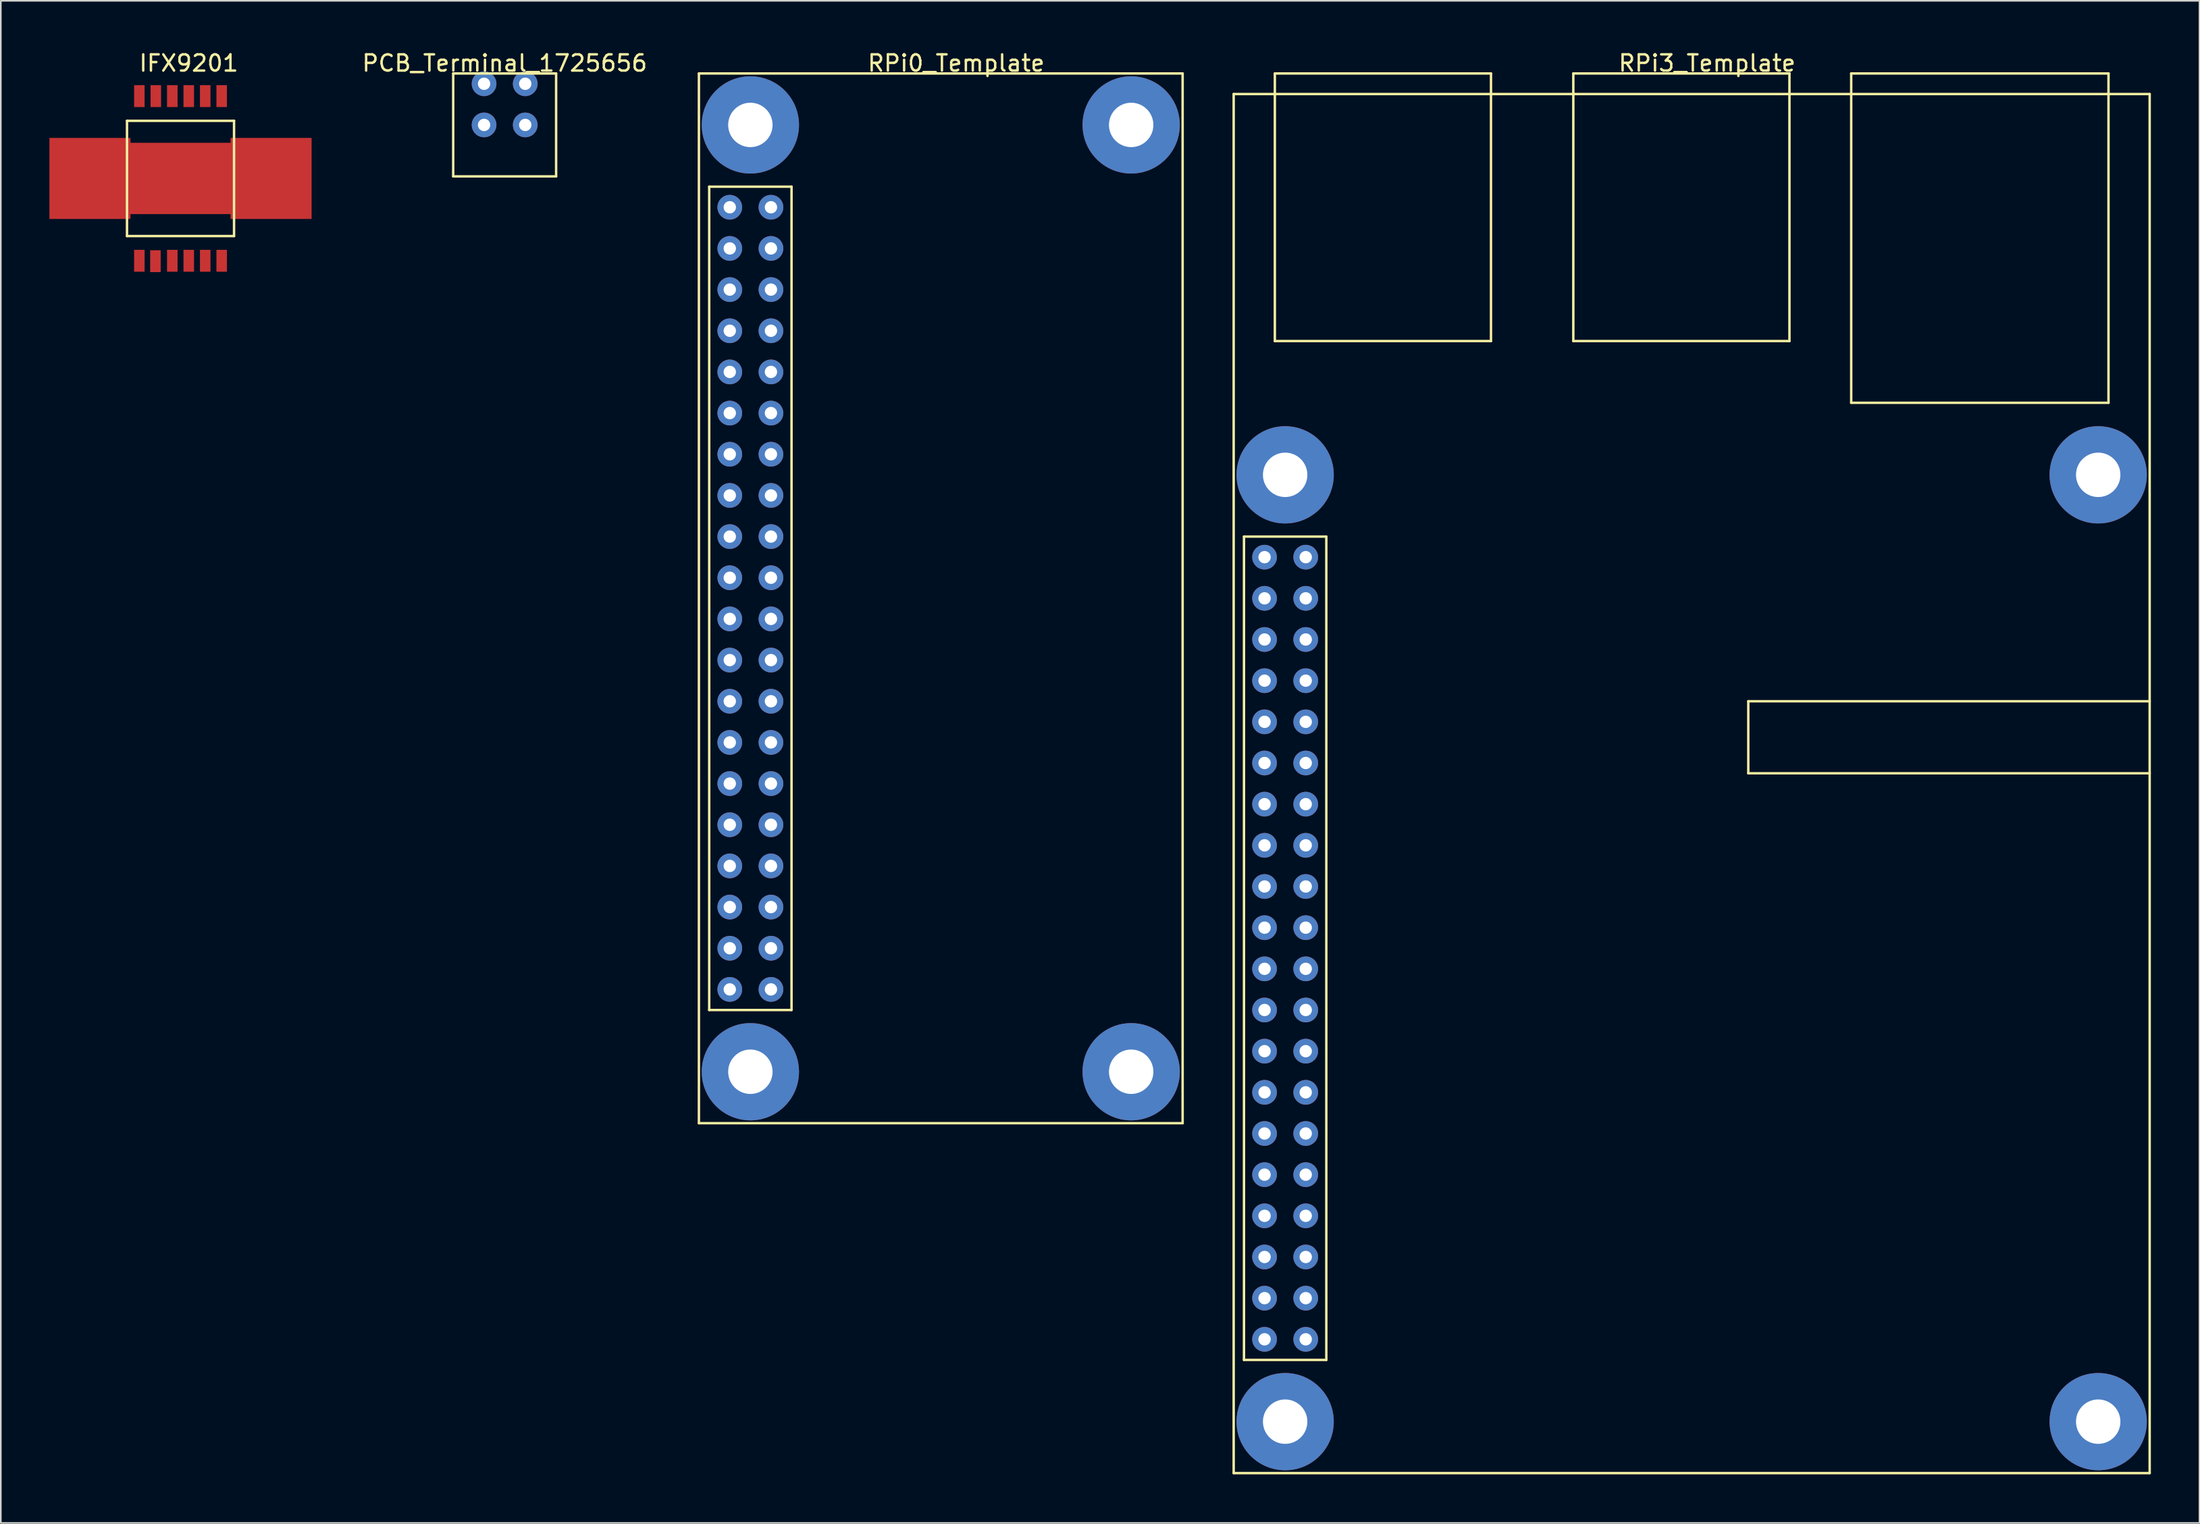
<source format=kicad_pcb>
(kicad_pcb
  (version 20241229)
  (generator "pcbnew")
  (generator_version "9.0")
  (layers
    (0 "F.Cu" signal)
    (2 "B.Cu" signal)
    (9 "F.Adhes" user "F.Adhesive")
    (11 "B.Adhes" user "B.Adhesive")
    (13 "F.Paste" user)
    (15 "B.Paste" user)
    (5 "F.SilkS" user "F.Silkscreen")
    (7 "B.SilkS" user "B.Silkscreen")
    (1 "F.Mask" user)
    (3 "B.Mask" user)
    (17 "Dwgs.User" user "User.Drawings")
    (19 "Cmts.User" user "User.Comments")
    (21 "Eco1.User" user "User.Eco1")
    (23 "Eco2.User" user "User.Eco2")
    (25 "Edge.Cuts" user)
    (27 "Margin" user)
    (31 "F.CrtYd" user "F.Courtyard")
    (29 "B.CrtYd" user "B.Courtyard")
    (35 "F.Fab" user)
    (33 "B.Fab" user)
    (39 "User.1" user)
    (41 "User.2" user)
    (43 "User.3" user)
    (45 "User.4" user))
  (footprint "PCB_Terminal_1725656"
    (layer "F.Cu")
    (at 28.087 4.658)
    (property "Reference" "PCB_Terminal_1725656" (at 0 -3.81 0) (layer "F.SilkS") (effects (font (size 1 1) (thickness 0.15))))
    (attr through_hole)
    (fp_line (start -3.175 -3.175) (end -3.175 3.175) (stroke (width 0.15) (type solid)) (layer "F.SilkS"))
    (fp_line (start -3.175 3.175) (end 3.175 3.175) (stroke (width 0.15) (type solid)) (layer "F.SilkS"))
    (fp_line (start 3.175 -3.175) (end -3.175 -3.175) (stroke (width 0.15) (type solid)) (layer "F.SilkS"))
    (fp_line (start 3.175 3.175) (end 3.175 -3.175) (stroke (width 0.15) (type solid)) (layer "F.SilkS"))
    (pad "" thru_hole circle (at -1.27 -2.54) (size 1.524 1.524) (drill 0.762) (layers "*.Cu" "*.Mask"))
    (pad "" thru_hole circle (at 1.27 -2.54) (size 1.524 1.524) (drill 0.762) (layers "*.Cu" "*.Mask"))
    (pad "1" thru_hole circle (at -1.27 0) (size 1.524 1.524) (drill 0.762) (layers "*.Cu" "*.Mask"))
    (pad "2" thru_hole circle (at 1.27 0) (size 1.524 1.524) (drill 0.762) (layers "*.Cu" "*.Mask")))
  (footprint "RPi3_Template"
    (layer "F.Cu")
    (at 88.307 70.063)
    (property "Reference" "RPi3_Template" (at 13.97 -69.215 0) (layer "F.SilkS") (effects (font (size 1 1) (thickness 0.15))))
    (attr through_hole)
    (fp_line (start -15.24 -67.31) (end 41.275 -67.31) (stroke (width 0.15) (type solid)) (layer "F.SilkS"))
    (fp_line (start -15.24 17.78) (end -15.24 -67.31) (stroke (width 0.15) (type solid)) (layer "F.SilkS"))
    (fp_line (start -14.605 -40.005) (end -9.525 -40.005) (stroke (width 0.15) (type solid)) (layer "F.SilkS"))
    (fp_line (start -14.605 10.795) (end -14.605 -40.005) (stroke (width 0.15) (type solid)) (layer "F.SilkS"))
    (fp_line (start -12.7 -68.58) (end 0.635 -68.58) (stroke (width 0.15) (type solid)) (layer "F.SilkS"))
    (fp_line (start -12.7 -52.07) (end -12.7 -68.58) (stroke (width 0.15) (type solid)) (layer "F.SilkS"))
    (fp_line (start -9.525 -40.005) (end -9.525 10.795) (stroke (width 0.15) (type solid)) (layer "F.SilkS"))
    (fp_line (start -9.525 10.795) (end -14.605 10.795) (stroke (width 0.15) (type solid)) (layer "F.SilkS"))
    (fp_line (start 0.635 -68.58) (end 0.635 -52.07) (stroke (width 0.15) (type solid)) (layer "F.SilkS"))
    (fp_line (start 0.635 -52.07) (end -12.7 -52.07) (stroke (width 0.15) (type solid)) (layer "F.SilkS"))
    (fp_line (start 5.715 -68.58) (end 19.05 -68.58) (stroke (width 0.15) (type solid)) (layer "F.SilkS"))
    (fp_line (start 5.715 -52.07) (end 5.715 -68.58) (stroke (width 0.15) (type solid)) (layer "F.SilkS"))
    (fp_line (start 16.51 -29.845) (end 41.275 -29.845) (stroke (width 0.15) (type solid)) (layer "F.SilkS"))
    (fp_line (start 16.51 -25.4) (end 16.51 -29.845) (stroke (width 0.15) (type solid)) (layer "F.SilkS"))
    (fp_line (start 19.05 -68.58) (end 19.05 -52.07) (stroke (width 0.15) (type solid)) (layer "F.SilkS"))
    (fp_line (start 19.05 -52.07) (end 5.715 -52.07) (stroke (width 0.15) (type solid)) (layer "F.SilkS"))
    (fp_line (start 22.86 -68.58) (end 38.735 -68.58) (stroke (width 0.15) (type solid)) (layer "F.SilkS"))
    (fp_line (start 22.86 -48.26) (end 22.86 -68.58) (stroke (width 0.15) (type solid)) (layer "F.SilkS"))
    (fp_line (start 38.735 -68.58) (end 38.735 -48.26) (stroke (width 0.15) (type solid)) (layer "F.SilkS"))
    (fp_line (start 38.735 -48.26) (end 22.86 -48.26) (stroke (width 0.15) (type solid)) (layer "F.SilkS"))
    (fp_line (start 41.275 -67.31) (end 41.275 17.78) (stroke (width 0.15) (type solid)) (layer "F.SilkS"))
    (fp_line (start 41.275 -25.4) (end 16.51 -25.4) (stroke (width 0.15) (type solid)) (layer "F.SilkS"))
    (fp_line (start 41.275 17.78) (end -15.24 17.78) (stroke (width 0.15) (type solid)) (layer "F.SilkS"))
    (pad "" thru_hole circle (at -12.065 -43.815) (size 6 6) (drill 2.74) (layers "*.Cu" "*.Mask"))
    (pad "" thru_hole circle (at -12.065 14.605) (size 6 6) (drill 2.74) (layers "*.Cu" "*.Mask"))
    (pad "" thru_hole circle (at 38.1 -43.815) (size 6 6) (drill 2.74) (layers "*.Cu" "*.Mask"))
    (pad "" thru_hole circle (at 38.1 14.605) (size 6 6) (drill 2.74) (layers "*.Cu" "*.Mask"))
    (pad "1" thru_hole circle (at -10.795 9.525) (size 1.524 1.524) (drill 0.762) (layers "*.Cu" "*.Mask"))
    (pad "2" thru_hole circle (at -13.335 9.525) (size 1.524 1.524) (drill 0.762) (layers "*.Cu" "*.Mask"))
    (pad "3" thru_hole circle (at -10.795 6.985) (size 1.524 1.524) (drill 0.762) (layers "*.Cu" "*.Mask"))
    (pad "4" thru_hole circle (at -13.335 6.985) (size 1.524 1.524) (drill 0.762) (layers "*.Cu" "*.Mask"))
    (pad "5" thru_hole circle (at -10.795 4.445) (size 1.524 1.524) (drill 0.762) (layers "*.Cu" "*.Mask"))
    (pad "6" thru_hole circle (at -13.335 4.445) (size 1.524 1.524) (drill 0.762) (layers "*.Cu" "*.Mask"))
    (pad "7" thru_hole circle (at -10.795 1.905) (size 1.524 1.524) (drill 0.762) (layers "*.Cu" "*.Mask"))
    (pad "8" thru_hole circle (at -13.335 1.905) (size 1.524 1.524) (drill 0.762) (layers "*.Cu" "*.Mask"))
    (pad "9" thru_hole circle (at -10.795 -0.635) (size 1.524 1.524) (drill 0.762) (layers "*.Cu" "*.Mask"))
    (pad "10" thru_hole circle (at -13.335 -0.635) (size 1.524 1.524) (drill 0.762) (layers "*.Cu" "*.Mask"))
    (pad "11" thru_hole circle (at -10.795 -3.175) (size 1.524 1.524) (drill 0.762) (layers "*.Cu" "*.Mask"))
    (pad "12" thru_hole circle (at -13.335 -3.175) (size 1.524 1.524) (drill 0.762) (layers "*.Cu" "*.Mask"))
    (pad "13" thru_hole circle (at -10.795 -5.715) (size 1.524 1.524) (drill 0.762) (layers "*.Cu" "*.Mask"))
    (pad "14" thru_hole circle (at -13.335 -5.715) (size 1.524 1.524) (drill 0.762) (layers "*.Cu" "*.Mask"))
    (pad "15" thru_hole circle (at -10.795 -8.255) (size 1.524 1.524) (drill 0.762) (layers "*.Cu" "*.Mask"))
    (pad "16" thru_hole circle (at -13.335 -8.255) (size 1.524 1.524) (drill 0.762) (layers "*.Cu" "*.Mask"))
    (pad "17" thru_hole circle (at -10.795 -10.795) (size 1.524 1.524) (drill 0.762) (layers "*.Cu" "*.Mask"))
    (pad "18" thru_hole circle (at -13.335 -10.795) (size 1.524 1.524) (drill 0.762) (layers "*.Cu" "*.Mask"))
    (pad "19" thru_hole circle (at -10.795 -13.335) (size 1.524 1.524) (drill 0.762) (layers "*.Cu" "*.Mask"))
    (pad "20" thru_hole circle (at -13.335 -13.335) (size 1.524 1.524) (drill 0.762) (layers "*.Cu" "*.Mask"))
    (pad "21" thru_hole circle (at -10.795 -15.875) (size 1.524 1.524) (drill 0.762) (layers "*.Cu" "*.Mask"))
    (pad "22" thru_hole circle (at -13.335 -15.875) (size 1.524 1.524) (drill 0.762) (layers "*.Cu" "*.Mask"))
    (pad "23" thru_hole circle (at -10.795 -18.415) (size 1.524 1.524) (drill 0.762) (layers "*.Cu" "*.Mask"))
    (pad "24" thru_hole circle (at -13.335 -18.415) (size 1.524 1.524) (drill 0.762) (layers "*.Cu" "*.Mask"))
    (pad "25" thru_hole circle (at -10.795 -20.955) (size 1.524 1.524) (drill 0.762) (layers "*.Cu" "*.Mask"))
    (pad "26" thru_hole circle (at -13.335 -20.955) (size 1.524 1.524) (drill 0.762) (layers "*.Cu" "*.Mask"))
    (pad "27" thru_hole circle (at -10.795 -23.495) (size 1.524 1.524) (drill 0.762) (layers "*.Cu" "*.Mask"))
    (pad "28" thru_hole circle (at -13.335 -23.495) (size 1.524 1.524) (drill 0.762) (layers "*.Cu" "*.Mask"))
    (pad "29" thru_hole circle (at -10.795 -26.035) (size 1.524 1.524) (drill 0.762) (layers "*.Cu" "*.Mask"))
    (pad "30" thru_hole circle (at -13.335 -26.035) (size 1.524 1.524) (drill 0.762) (layers "*.Cu" "*.Mask"))
    (pad "31" thru_hole circle (at -10.795 -28.575) (size 1.524 1.524) (drill 0.762) (layers "*.Cu" "*.Mask"))
    (pad "32" thru_hole circle (at -13.335 -28.575) (size 1.524 1.524) (drill 0.762) (layers "*.Cu" "*.Mask"))
    (pad "33" thru_hole circle (at -10.795 -31.115) (size 1.524 1.524) (drill 0.762) (layers "*.Cu" "*.Mask"))
    (pad "34" thru_hole circle (at -13.335 -31.115) (size 1.524 1.524) (drill 0.762) (layers "*.Cu" "*.Mask"))
    (pad "35" thru_hole circle (at -10.795 -33.655) (size 1.524 1.524) (drill 0.762) (layers "*.Cu" "*.Mask"))
    (pad "36" thru_hole circle (at -13.335 -33.655) (size 1.524 1.524) (drill 0.762) (layers "*.Cu" "*.Mask"))
    (pad "37" thru_hole circle (at -10.795 -36.195) (size 1.524 1.524) (drill 0.762) (layers "*.Cu" "*.Mask"))
    (pad "38" thru_hole circle (at -13.335 -36.195) (size 1.524 1.524) (drill 0.762) (layers "*.Cu" "*.Mask"))
    (pad "39" thru_hole circle (at -10.795 -38.735) (size 1.524 1.524) (drill 0.762) (layers "*.Cu" "*.Mask"))
    (pad "40" thru_hole circle (at -13.335 -38.735) (size 1.524 1.524) (drill 0.762) (layers "*.Cu" "*.Mask")))
  (footprint "RPi0_Template"
    (layer "F.Cu")
    (at 50.232 36.408)
    (property "Reference" "RPi0_Template" (at 5.715 -35.56 0) (layer "F.SilkS") (effects (font (size 1 1) (thickness 0.15))))
    (attr through_hole)
    (fp_line (start -10.16 -34.925) (end 19.685 -34.925) (stroke (width 0.15) (type solid)) (layer "F.SilkS"))
    (fp_line (start -10.16 29.845) (end -10.16 -34.925) (stroke (width 0.15) (type solid)) (layer "F.SilkS"))
    (fp_line (start -9.525 -27.94) (end -4.445 -27.94) (stroke (width 0.15) (type solid)) (layer "F.SilkS"))
    (fp_line (start -9.525 22.86) (end -9.525 -27.94) (stroke (width 0.15) (type solid)) (layer "F.SilkS"))
    (fp_line (start -4.445 -27.94) (end -4.445 22.86) (stroke (width 0.15) (type solid)) (layer "F.SilkS"))
    (fp_line (start -4.445 22.86) (end -9.525 22.86) (stroke (width 0.15) (type solid)) (layer "F.SilkS"))
    (fp_line (start 19.685 -34.925) (end 19.685 29.845) (stroke (width 0.15) (type solid)) (layer "F.SilkS"))
    (fp_line (start 19.685 29.845) (end -10.16 29.845) (stroke (width 0.15) (type solid)) (layer "F.SilkS"))
    (pad "" thru_hole circle (at -6.985 -31.75) (size 6 6) (drill 2.74) (layers "*.Cu" "*.Mask"))
    (pad "" thru_hole circle (at -6.985 26.67) (size 6 6) (drill 2.74) (layers "*.Cu" "*.Mask"))
    (pad "" thru_hole circle (at 16.51 -31.75) (size 6 6) (drill 2.74) (layers "*.Cu" "*.Mask"))
    (pad "" thru_hole circle (at 16.51 26.67) (size 6 6) (drill 2.74) (layers "*.Cu" "*.Mask"))
    (pad "1" thru_hole circle (at -5.715 21.59) (size 1.524 1.524) (drill 0.762) (layers "*.Cu" "*.Mask"))
    (pad "2" thru_hole circle (at -8.255 21.59) (size 1.524 1.524) (drill 0.762) (layers "*.Cu" "*.Mask"))
    (pad "3" thru_hole circle (at -5.715 19.05) (size 1.524 1.524) (drill 0.762) (layers "*.Cu" "*.Mask"))
    (pad "4" thru_hole circle (at -8.255 19.05) (size 1.524 1.524) (drill 0.762) (layers "*.Cu" "*.Mask"))
    (pad "5" thru_hole circle (at -5.715 16.51) (size 1.524 1.524) (drill 0.762) (layers "*.Cu" "*.Mask"))
    (pad "6" thru_hole circle (at -8.255 16.51) (size 1.524 1.524) (drill 0.762) (layers "*.Cu" "*.Mask"))
    (pad "7" thru_hole circle (at -5.715 13.97) (size 1.524 1.524) (drill 0.762) (layers "*.Cu" "*.Mask"))
    (pad "8" thru_hole circle (at -8.255 13.97) (size 1.524 1.524) (drill 0.762) (layers "*.Cu" "*.Mask"))
    (pad "9" thru_hole circle (at -5.715 11.43) (size 1.524 1.524) (drill 0.762) (layers "*.Cu" "*.Mask"))
    (pad "10" thru_hole circle (at -8.255 11.43) (size 1.524 1.524) (drill 0.762) (layers "*.Cu" "*.Mask"))
    (pad "11" thru_hole circle (at -5.715 8.89) (size 1.524 1.524) (drill 0.762) (layers "*.Cu" "*.Mask"))
    (pad "12" thru_hole circle (at -8.255 8.89) (size 1.524 1.524) (drill 0.762) (layers "*.Cu" "*.Mask"))
    (pad "13" thru_hole circle (at -5.715 6.35) (size 1.524 1.524) (drill 0.762) (layers "*.Cu" "*.Mask"))
    (pad "14" thru_hole circle (at -8.255 6.35) (size 1.524 1.524) (drill 0.762) (layers "*.Cu" "*.Mask"))
    (pad "15" thru_hole circle (at -5.715 3.81) (size 1.524 1.524) (drill 0.762) (layers "*.Cu" "*.Mask"))
    (pad "16" thru_hole circle (at -8.255 3.81) (size 1.524 1.524) (drill 0.762) (layers "*.Cu" "*.Mask"))
    (pad "17" thru_hole circle (at -5.715 1.27) (size 1.524 1.524) (drill 0.762) (layers "*.Cu" "*.Mask"))
    (pad "18" thru_hole circle (at -8.255 1.27) (size 1.524 1.524) (drill 0.762) (layers "*.Cu" "*.Mask"))
    (pad "19" thru_hole circle (at -5.715 -1.27) (size 1.524 1.524) (drill 0.762) (layers "*.Cu" "*.Mask"))
    (pad "20" thru_hole circle (at -8.255 -1.27) (size 1.524 1.524) (drill 0.762) (layers "*.Cu" "*.Mask"))
    (pad "21" thru_hole circle (at -5.715 -3.81) (size 1.524 1.524) (drill 0.762) (layers "*.Cu" "*.Mask"))
    (pad "22" thru_hole circle (at -8.255 -3.81) (size 1.524 1.524) (drill 0.762) (layers "*.Cu" "*.Mask"))
    (pad "23" thru_hole circle (at -5.715 -6.35) (size 1.524 1.524) (drill 0.762) (layers "*.Cu" "*.Mask"))
    (pad "24" thru_hole circle (at -8.255 -6.35) (size 1.524 1.524) (drill 0.762) (layers "*.Cu" "*.Mask"))
    (pad "25" thru_hole circle (at -5.715 -8.89) (size 1.524 1.524) (drill 0.762) (layers "*.Cu" "*.Mask"))
    (pad "26" thru_hole circle (at -8.255 -8.89) (size 1.524 1.524) (drill 0.762) (layers "*.Cu" "*.Mask"))
    (pad "27" thru_hole circle (at -5.715 -11.43) (size 1.524 1.524) (drill 0.762) (layers "*.Cu" "*.Mask"))
    (pad "28" thru_hole circle (at -8.255 -11.43) (size 1.524 1.524) (drill 0.762) (layers "*.Cu" "*.Mask"))
    (pad "29" thru_hole circle (at -5.715 -13.97) (size 1.524 1.524) (drill 0.762) (layers "*.Cu" "*.Mask"))
    (pad "30" thru_hole circle (at -8.255 -13.97) (size 1.524 1.524) (drill 0.762) (layers "*.Cu" "*.Mask"))
    (pad "31" thru_hole circle (at -5.715 -16.51) (size 1.524 1.524) (drill 0.762) (layers "*.Cu" "*.Mask"))
    (pad "32" thru_hole circle (at -8.255 -16.51) (size 1.524 1.524) (drill 0.762) (layers "*.Cu" "*.Mask"))
    (pad "33" thru_hole circle (at -5.715 -19.05) (size 1.524 1.524) (drill 0.762) (layers "*.Cu" "*.Mask"))
    (pad "34" thru_hole circle (at -8.255 -19.05) (size 1.524 1.524) (drill 0.762) (layers "*.Cu" "*.Mask"))
    (pad "35" thru_hole circle (at -5.715 -21.59) (size 1.524 1.524) (drill 0.762) (layers "*.Cu" "*.Mask"))
    (pad "36" thru_hole circle (at -8.255 -21.59) (size 1.524 1.524) (drill 0.762) (layers "*.Cu" "*.Mask"))
    (pad "37" thru_hole circle (at -5.715 -24.13) (size 1.524 1.524) (drill 0.762) (layers "*.Cu" "*.Mask"))
    (pad "38" thru_hole circle (at -8.255 -24.13) (size 1.524 1.524) (drill 0.762) (layers "*.Cu" "*.Mask"))
    (pad "39" thru_hole circle (at -5.715 -26.67) (size 1.524 1.524) (drill 0.762) (layers "*.Cu" "*.Mask"))
    (pad "40" thru_hole circle (at -8.255 -26.67) (size 1.524 1.524) (drill 0.762) (layers "*.Cu" "*.Mask")))
  (footprint "IFX9201"
    (layer "F.Cu")
    (at 8.088 7.96)
    (property "Reference" "IFX9201" (at 0.508 -7.112 0) (layer "F.SilkS") (effects (font (size 1 1) (thickness 0.15))))
    (attr through_hole)
    (fp_line (start -3.302 -3.556) (end 3.302 -3.556) (stroke (width 0.15) (type solid)) (layer "F.SilkS"))
    (fp_line (start -3.302 3.556) (end -3.302 -3.556) (stroke (width 0.15) (type solid)) (layer "F.SilkS"))
    (fp_line (start 3.302 -3.556) (end 3.302 3.556) (stroke (width 0.15) (type solid)) (layer "F.SilkS"))
    (fp_line (start 3.302 3.556) (end -3.302 3.556) (stroke (width 0.15) (type solid)) (layer "F.SilkS"))
    (pad "1" smd rect (at -2.54 5.08) (size 0.65 1.35) (layers "F.Cu" "F.Mask" "F.Paste"))
    (pad "2" smd rect (at -1.549 5.105) (size 0.65 1.35) (layers "F.Cu" "F.Mask" "F.Paste"))
    (pad "3" smd rect (at -0.508 5.08) (size 0.65 1.35) (layers "F.Cu" "F.Mask" "F.Paste"))
    (pad "4" smd rect (at 0.508 5.08) (size 0.65 1.35) (layers "F.Cu" "F.Mask" "F.Paste"))
    (pad "5" smd rect (at 1.524 5.08) (size 0.65 1.35) (layers "F.Cu" "F.Mask" "F.Paste"))
    (pad "6" smd rect (at 2.54 5.08) (size 0.65 1.35) (layers "F.Cu" "F.Mask" "F.Paste"))
    (pad "7" smd rect (at 2.54 -5.08) (size 0.65 1.35) (layers "F.Cu" "F.Mask" "F.Paste"))
    (pad "8" smd rect (at 1.524 -5.08) (size 0.65 1.35) (layers "F.Cu" "F.Mask" "F.Paste"))
    (pad "9" smd rect (at 0.508 -5.08) (size 0.65 1.35) (layers "F.Cu" "F.Mask" "F.Paste"))
    (pad "10" smd rect (at -0.508 -5.08) (size 0.65 1.35) (layers "F.Cu" "F.Mask" "F.Paste"))
    (pad "11" smd rect (at -1.524 -5.08) (size 0.65 1.35) (layers "F.Cu" "F.Mask" "F.Paste"))
    (pad "12" smd rect (at -2.54 -5.08) (size 0.65 1.35) (layers "F.Cu" "F.Mask" "F.Paste"))
    (pad "~" smd rect (at -5.588 0) (size 5 5) (layers "F.Cu" "F.Mask" "F.Paste"))
    (pad "~" smd rect (at 0 0) (size 6.45 4.4) (layers "F.Cu" "F.Mask" "F.Paste"))
    (pad "~" smd rect (at 5.588 0) (size 5 5) (layers "F.Cu" "F.Mask" "F.Paste")))
  (gr_rect
    (start -3 -3)
    (end 132.657 90.918)
    (stroke (width 0.1) (type default))
    (fill no)
    (layer "Edge.Cuts")))
</source>
